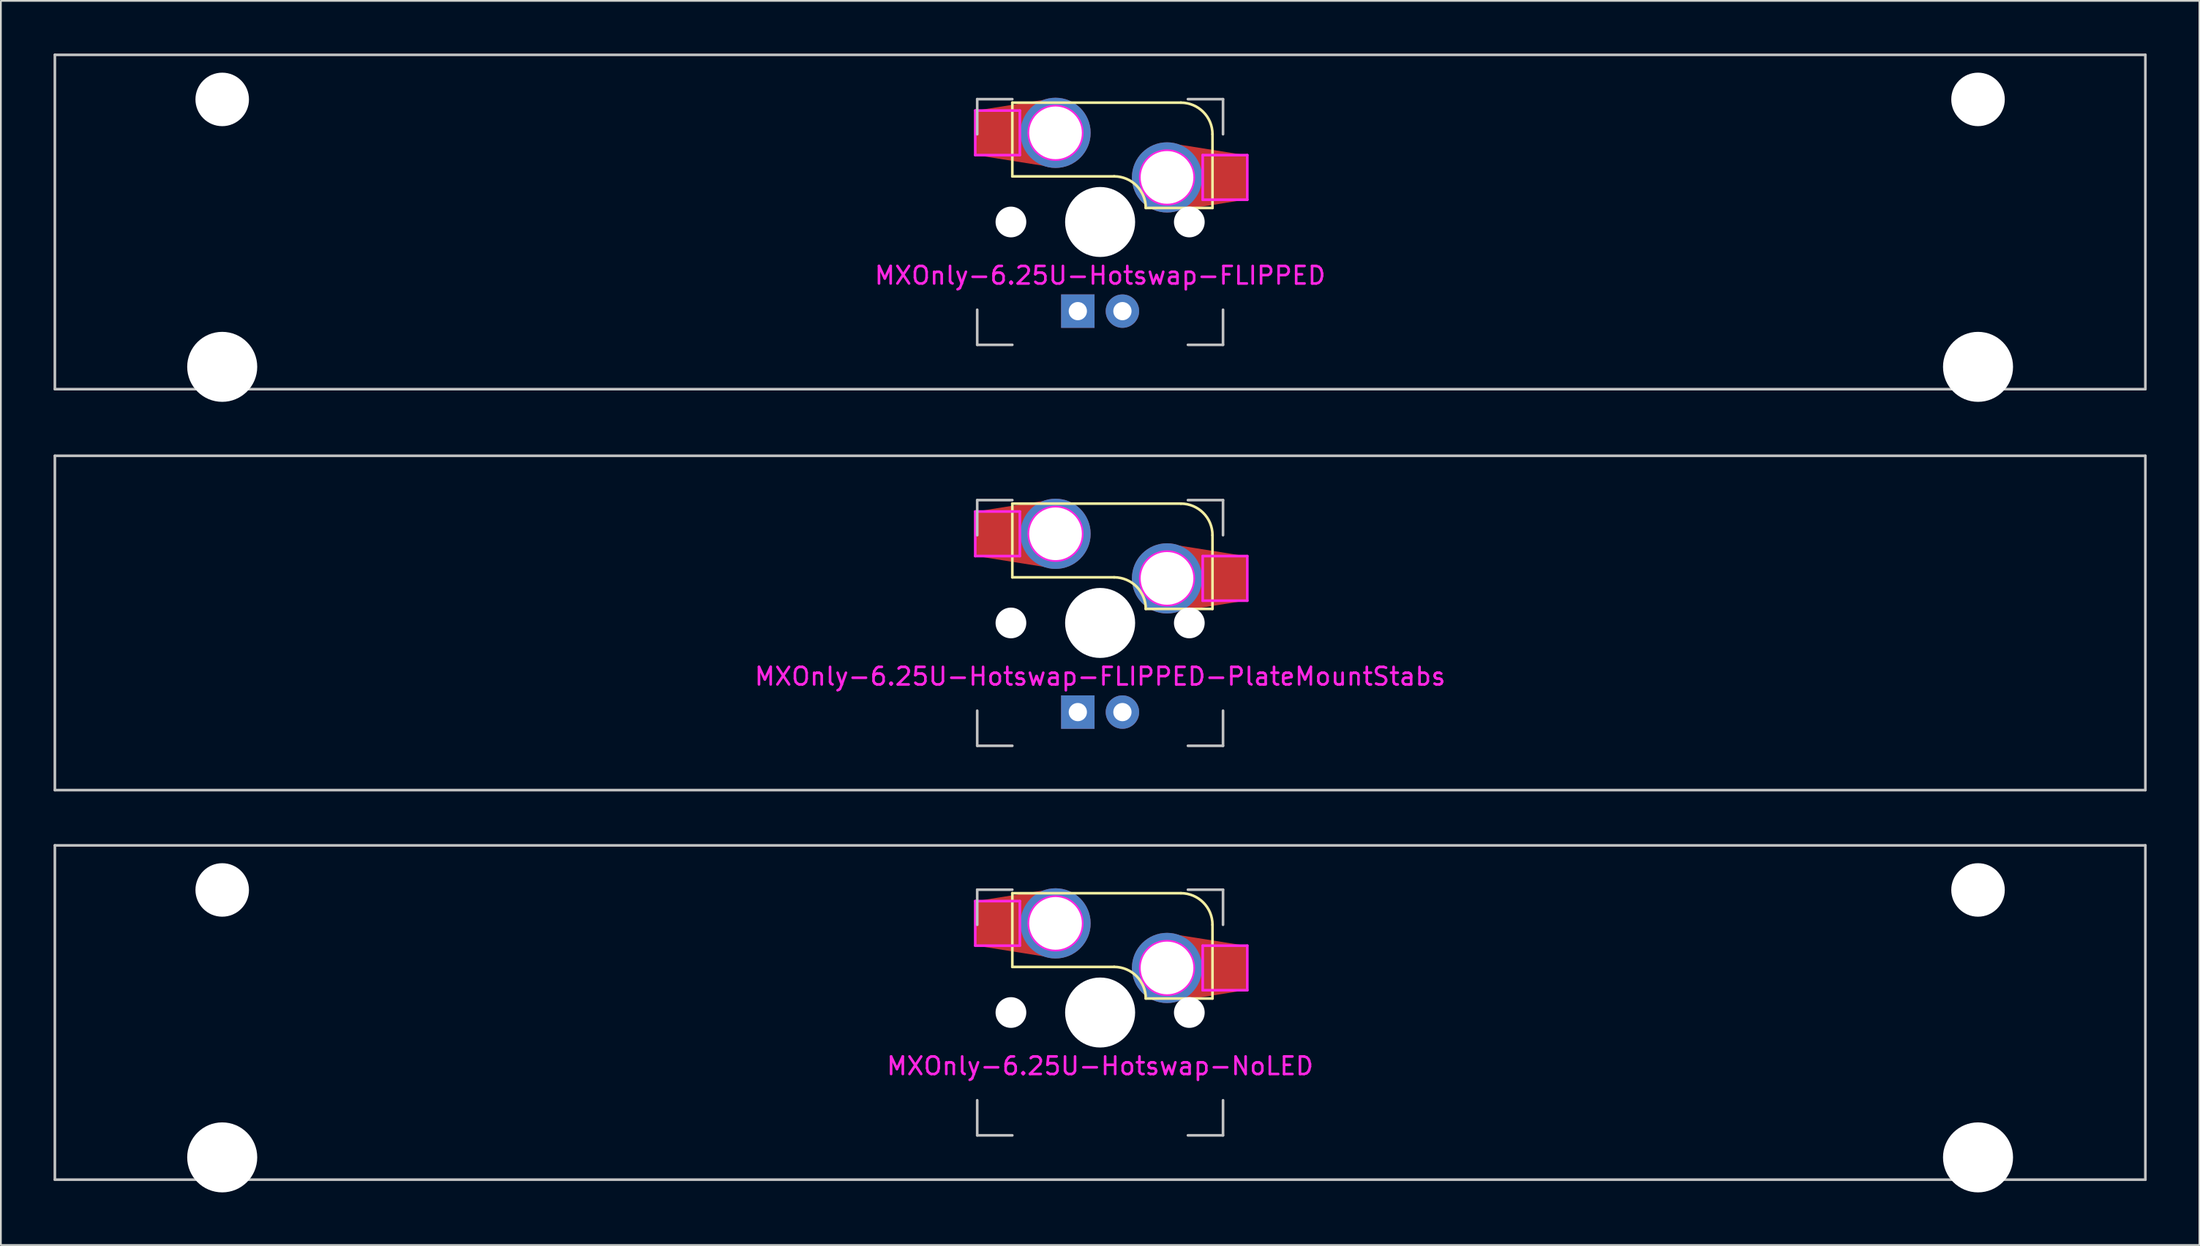
<source format=kicad_pcb>
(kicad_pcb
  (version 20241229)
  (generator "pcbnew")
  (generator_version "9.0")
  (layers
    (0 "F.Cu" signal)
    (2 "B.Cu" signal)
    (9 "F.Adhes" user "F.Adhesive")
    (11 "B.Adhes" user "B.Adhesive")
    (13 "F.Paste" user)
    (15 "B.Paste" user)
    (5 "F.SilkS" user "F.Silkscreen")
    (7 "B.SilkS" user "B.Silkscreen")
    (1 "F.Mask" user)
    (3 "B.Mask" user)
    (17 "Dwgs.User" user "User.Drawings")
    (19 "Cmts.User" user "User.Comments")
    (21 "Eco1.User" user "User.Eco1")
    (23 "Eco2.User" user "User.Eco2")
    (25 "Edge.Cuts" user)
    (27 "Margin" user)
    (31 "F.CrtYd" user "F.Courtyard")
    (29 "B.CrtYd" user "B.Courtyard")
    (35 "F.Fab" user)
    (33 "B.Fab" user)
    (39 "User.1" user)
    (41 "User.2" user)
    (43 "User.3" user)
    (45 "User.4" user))
  (footprint "MXOnly-6.25U-Hotswap-FLIPPED-PlateMountStabs"
    (layer "F.Cu")
    (at 59.606 32.449)
    (property "Reference" "MXOnly-6.25U-Hotswap-FLIPPED-PlateMountStabs" (at 0 3.048 180) (layer "F.CrtYd") (effects (font (size 1 1) (thickness 0.15))))
    (attr smd)
    (fp_line (start -5 -6.8) (end 4.6 -6.8) (stroke (width 0.15) (type solid)) (layer "F.SilkS"))
    (fp_line (start -5 -2.6) (end -5 -6.8) (stroke (width 0.15) (type solid)) (layer "F.SilkS"))
    (fp_line (start 0.8 -2.6) (end -5 -2.6) (stroke (width 0.15) (type solid)) (layer "F.SilkS"))
    (fp_line (start 6.4 -5) (end 6.4 -0.8) (stroke (width 0.15) (type solid)) (layer "F.SilkS"))
    (fp_line (start 6.4 -0.8) (end 2.6 -0.8) (stroke (width 0.15) (type solid)) (layer "F.SilkS"))
    (fp_arc (start 0.8 -2.6) (mid 2.072792 -2.072792) (end 2.6 -0.8) (stroke (width 0.15) (type solid)) (layer "F.SilkS"))
    (fp_arc (start 4.6 -6.8) (mid 5.872792 -6.272792) (end 6.4 -5) (stroke (width 0.15) (type solid)) (layer "F.SilkS"))
    (fp_poly (pts (xy -5.08 -3.493) (xy -7.112 -3.81) (xy -7.112 -6.35) (xy -5.08 -6.668)) (stroke (width 0.1) (type solid)) (fill yes) (layer "F.Paste"))
    (fp_poly (pts (xy 6.477 -4.064) (xy 8.509 -3.747) (xy 8.509 -1.206) (xy 6.477 -0.889)) (stroke (width 0.1) (type solid)) (fill yes) (layer "F.Paste"))
    (fp_line (start -59.531 -9.525) (end 59.531 -9.525) (stroke (width 0.15) (type solid)) (layer "Dwgs.User"))
    (fp_line (start -59.531 9.525) (end -59.531 -9.525) (stroke (width 0.15) (type solid)) (layer "Dwgs.User"))
    (fp_line (start -7 -7) (end -7 -5) (stroke (width 0.15) (type solid)) (layer "Dwgs.User"))
    (fp_line (start -7 7) (end -7 5) (stroke (width 0.15) (type solid)) (layer "Dwgs.User"))
    (fp_line (start -5 -7) (end -7 -7) (stroke (width 0.15) (type solid)) (layer "Dwgs.User"))
    (fp_line (start -5 7) (end -7 7) (stroke (width 0.15) (type solid)) (layer "Dwgs.User"))
    (fp_line (start 5 -7) (end 7 -7) (stroke (width 0.15) (type solid)) (layer "Dwgs.User"))
    (fp_line (start 7 -7) (end 7 -5) (stroke (width 0.15) (type solid)) (layer "Dwgs.User"))
    (fp_line (start 7 5) (end 7 7) (stroke (width 0.15) (type solid)) (layer "Dwgs.User"))
    (fp_line (start 7 7) (end 5 7) (stroke (width 0.15) (type solid)) (layer "Dwgs.User"))
    (fp_line (start 59.531 -9.525) (end 59.531 9.525) (stroke (width 0.15) (type solid)) (layer "Dwgs.User"))
    (fp_line (start 59.531 9.525) (end -59.531 9.525) (stroke (width 0.15) (type solid)) (layer "Dwgs.User"))
    (fp_line (start -7.112 -6.35) (end -7.112 -3.81) (stroke (width 0.15) (type solid)) (layer "F.CrtYd"))
    (fp_line (start -7.112 -3.81) (end -4.572 -3.81) (stroke (width 0.15) (type solid)) (layer "F.CrtYd"))
    (fp_line (start -4.572 -6.35) (end -7.112 -6.35) (stroke (width 0.15) (type solid)) (layer "F.CrtYd"))
    (fp_line (start -4.572 -3.81) (end -4.572 -6.35) (stroke (width 0.15) (type solid)) (layer "F.CrtYd"))
    (fp_line (start 5.842 -3.81) (end 5.842 -1.27) (stroke (width 0.15) (type solid)) (layer "F.CrtYd"))
    (fp_line (start 5.842 -1.27) (end 8.382 -1.27) (stroke (width 0.15) (type solid)) (layer "F.CrtYd"))
    (fp_line (start 8.382 -3.81) (end 5.842 -3.81) (stroke (width 0.15) (type solid)) (layer "F.CrtYd"))
    (fp_line (start 8.382 -1.27) (end 8.382 -3.81) (stroke (width 0.15) (type solid)) (layer "F.CrtYd"))
    (fp_circle (center -2.54 -5.08) (end -2.54 -6.604) (stroke (width 0.15) (type solid)) (fill no) (layer "F.CrtYd"))
    (fp_circle (center 3.81 -2.54) (end 3.81 -4.064) (stroke (width 0.15) (type solid)) (fill no) (layer "F.CrtYd"))
    (pad "" np_thru_hole circle (at -5.08 0 131.9) (size 1.75 1.75) (drill 1.75) (layers "*.Cu" "*.Mask"))
    (pad "" np_thru_hole circle (at 0 0 180) (size 3.988 3.988) (drill 3.988) (layers "*.Cu" "*.Mask"))
    (pad "" np_thru_hole circle (at 5.08 0 131.9) (size 1.75 1.75) (drill 1.75) (layers "*.Cu" "*.Mask"))
    (pad "1" thru_hole circle (at 3.81 -2.54 180) (size 4 4) (drill 3) (layers "*.Cu" "F.Mask"))
    (pad "1" smd custom (at 7.085 -2.54 180) (size 2.55 2.5) (layers "F.Cu" "F.Mask") (options (anchor rect)) (primitives (gr_poly (pts (xy -1.195 1.219) (xy 3.275 1.93) (xy 3.275 -1.93) (xy -1.195 -1.219)) (width 0.1) (fill yes))))
    (pad "2" smd custom (at -5.841 -5.08 180) (size 2.55 2.5) (layers "F.Cu" "F.Mask") (options (anchor rect)) (primitives (gr_poly (pts (xy 1.219 -1.219) (xy -3.251 -1.93) (xy -3.251 1.93) (xy 1.219 1.219)) (width 0.1) (fill yes))))
    (pad "2" thru_hole circle (at -2.54 -5.08 180) (size 4 4) (drill 3) (layers "*.Cu" "F.Mask"))
    (pad "3" thru_hole circle (at 1.27 5.08) (size 1.905 1.905) (drill 1.04) (layers "*.Cu" "F.Mask"))
    (pad "4" thru_hole rect (at -1.27 5.08) (size 1.905 1.905) (drill 1.04) (layers "*.Cu" "F.Mask")))
  (footprint "MXOnly-6.25U-Hotswap-FLIPPED"
    (layer "F.Cu")
    (at 59.606 9.6)
    (property "Reference" "MXOnly-6.25U-Hotswap-FLIPPED" (at 0 3.048 180) (layer "F.CrtYd") (effects (font (size 1 1) (thickness 0.15))))
    (attr smd)
    (fp_line (start -5 -6.8) (end 4.6 -6.8) (stroke (width 0.15) (type solid)) (layer "F.SilkS"))
    (fp_line (start -5 -2.6) (end -5 -6.8) (stroke (width 0.15) (type solid)) (layer "F.SilkS"))
    (fp_line (start 0.8 -2.6) (end -5 -2.6) (stroke (width 0.15) (type solid)) (layer "F.SilkS"))
    (fp_line (start 6.4 -5) (end 6.4 -0.8) (stroke (width 0.15) (type solid)) (layer "F.SilkS"))
    (fp_line (start 6.4 -0.8) (end 2.6 -0.8) (stroke (width 0.15) (type solid)) (layer "F.SilkS"))
    (fp_arc (start 0.8 -2.6) (mid 2.072792 -2.072792) (end 2.6 -0.8) (stroke (width 0.15) (type solid)) (layer "F.SilkS"))
    (fp_arc (start 4.6 -6.8) (mid 5.872792 -6.272792) (end 6.4 -5) (stroke (width 0.15) (type solid)) (layer "F.SilkS"))
    (fp_poly (pts (xy -5.08 -3.493) (xy -7.112 -3.81) (xy -7.112 -6.35) (xy -5.08 -6.668)) (stroke (width 0.1) (type solid)) (fill yes) (layer "F.Paste"))
    (fp_poly (pts (xy 6.477 -4.064) (xy 8.509 -3.747) (xy 8.509 -1.206) (xy 6.477 -0.889)) (stroke (width 0.1) (type solid)) (fill yes) (layer "F.Paste"))
    (fp_line (start -59.531 -9.525) (end 59.531 -9.525) (stroke (width 0.15) (type solid)) (layer "Dwgs.User"))
    (fp_line (start -59.531 9.525) (end -59.531 -9.525) (stroke (width 0.15) (type solid)) (layer "Dwgs.User"))
    (fp_line (start -7 -7) (end -7 -5) (stroke (width 0.15) (type solid)) (layer "Dwgs.User"))
    (fp_line (start -7 7) (end -7 5) (stroke (width 0.15) (type solid)) (layer "Dwgs.User"))
    (fp_line (start -5 -7) (end -7 -7) (stroke (width 0.15) (type solid)) (layer "Dwgs.User"))
    (fp_line (start -5 7) (end -7 7) (stroke (width 0.15) (type solid)) (layer "Dwgs.User"))
    (fp_line (start 5 -7) (end 7 -7) (stroke (width 0.15) (type solid)) (layer "Dwgs.User"))
    (fp_line (start 7 -7) (end 7 -5) (stroke (width 0.15) (type solid)) (layer "Dwgs.User"))
    (fp_line (start 7 5) (end 7 7) (stroke (width 0.15) (type solid)) (layer "Dwgs.User"))
    (fp_line (start 7 7) (end 5 7) (stroke (width 0.15) (type solid)) (layer "Dwgs.User"))
    (fp_line (start 59.531 -9.525) (end 59.531 9.525) (stroke (width 0.15) (type solid)) (layer "Dwgs.User"))
    (fp_line (start 59.531 9.525) (end -59.531 9.525) (stroke (width 0.15) (type solid)) (layer "Dwgs.User"))
    (fp_line (start -7.112 -6.35) (end -7.112 -3.81) (stroke (width 0.15) (type solid)) (layer "F.CrtYd"))
    (fp_line (start -7.112 -3.81) (end -4.572 -3.81) (stroke (width 0.15) (type solid)) (layer "F.CrtYd"))
    (fp_line (start -4.572 -6.35) (end -7.112 -6.35) (stroke (width 0.15) (type solid)) (layer "F.CrtYd"))
    (fp_line (start -4.572 -3.81) (end -4.572 -6.35) (stroke (width 0.15) (type solid)) (layer "F.CrtYd"))
    (fp_line (start 5.842 -3.81) (end 5.842 -1.27) (stroke (width 0.15) (type solid)) (layer "F.CrtYd"))
    (fp_line (start 5.842 -1.27) (end 8.382 -1.27) (stroke (width 0.15) (type solid)) (layer "F.CrtYd"))
    (fp_line (start 8.382 -3.81) (end 5.842 -3.81) (stroke (width 0.15) (type solid)) (layer "F.CrtYd"))
    (fp_line (start 8.382 -1.27) (end 8.382 -3.81) (stroke (width 0.15) (type solid)) (layer "F.CrtYd"))
    (fp_circle (center -2.54 -5.08) (end -2.54 -6.604) (stroke (width 0.15) (type solid)) (fill no) (layer "F.CrtYd"))
    (fp_circle (center 3.81 -2.54) (end 3.81 -4.064) (stroke (width 0.15) (type solid)) (fill no) (layer "F.CrtYd"))
    (pad "" np_thru_hole circle (at -50 -6.985) (size 3.048 3.048) (drill 3.048) (layers "*.Cu" "*.Mask"))
    (pad "" np_thru_hole circle (at -50 8.255) (size 3.988 3.988) (drill 3.988) (layers "*.Cu" "*.Mask"))
    (pad "" np_thru_hole circle (at -5.08 0 131.9) (size 1.75 1.75) (drill 1.75) (layers "*.Cu" "*.Mask"))
    (pad "" np_thru_hole circle (at 0 0 180) (size 3.988 3.988) (drill 3.988) (layers "*.Cu" "*.Mask"))
    (pad "" np_thru_hole circle (at 5.08 0 131.9) (size 1.75 1.75) (drill 1.75) (layers "*.Cu" "*.Mask"))
    (pad "" np_thru_hole circle (at 50 -6.985) (size 3.048 3.048) (drill 3.048) (layers "*.Cu" "*.Mask"))
    (pad "" np_thru_hole circle (at 50 8.255) (size 3.988 3.988) (drill 3.988) (layers "*.Cu" "*.Mask"))
    (pad "1" thru_hole circle (at 3.81 -2.54 180) (size 4 4) (drill 3) (layers "*.Cu" "F.Mask"))
    (pad "1" smd custom (at 7.085 -2.54 180) (size 2.55 2.5) (layers "F.Cu" "F.Mask") (options (anchor rect)) (primitives (gr_poly (pts (xy -1.195 1.219) (xy 3.275 1.93) (xy 3.275 -1.93) (xy -1.195 -1.219)) (width 0.1) (fill yes))))
    (pad "2" smd custom (at -5.841 -5.08 180) (size 2.55 2.5) (layers "F.Cu" "F.Mask") (options (anchor rect)) (primitives (gr_poly (pts (xy 1.219 -1.219) (xy -3.251 -1.93) (xy -3.251 1.93) (xy 1.219 1.219)) (width 0.1) (fill yes))))
    (pad "2" thru_hole circle (at -2.54 -5.08 180) (size 4 4) (drill 3) (layers "*.Cu" "F.Mask"))
    (pad "3" thru_hole circle (at 1.27 5.08) (size 1.905 1.905) (drill 1.04) (layers "*.Cu" "B.Mask"))
    (pad "4" thru_hole rect (at -1.27 5.08) (size 1.905 1.905) (drill 1.04) (layers "*.Cu" "B.Mask")))
  (footprint "MXOnly-6.25U-Hotswap-NoLED"
    (layer "F.Cu")
    (at 59.606 54.649)
    (property "Reference" "MXOnly-6.25U-Hotswap-NoLED" (at 0 3.048 180) (layer "F.CrtYd") (effects (font (size 1 1) (thickness 0.15))))
    (attr smd)
    (fp_line (start -5 -6.8) (end 4.6 -6.8) (stroke (width 0.15) (type solid)) (layer "F.SilkS"))
    (fp_line (start -5 -2.6) (end -5 -6.8) (stroke (width 0.15) (type solid)) (layer "F.SilkS"))
    (fp_line (start 0.8 -2.6) (end -5 -2.6) (stroke (width 0.15) (type solid)) (layer "F.SilkS"))
    (fp_line (start 6.4 -5) (end 6.4 -0.8) (stroke (width 0.15) (type solid)) (layer "F.SilkS"))
    (fp_line (start 6.4 -0.8) (end 2.6 -0.8) (stroke (width 0.15) (type solid)) (layer "F.SilkS"))
    (fp_arc (start 0.8 -2.6) (mid 2.072792 -2.072792) (end 2.6 -0.8) (stroke (width 0.15) (type solid)) (layer "F.SilkS"))
    (fp_arc (start 4.6 -6.8) (mid 5.872792 -6.272792) (end 6.4 -5) (stroke (width 0.15) (type solid)) (layer "F.SilkS"))
    (fp_poly (pts (xy -5.08 -3.493) (xy -7.112 -3.81) (xy -7.112 -6.35) (xy -5.08 -6.668)) (stroke (width 0.1) (type solid)) (fill yes) (layer "F.Paste"))
    (fp_poly (pts (xy 6.477 -4.064) (xy 8.509 -3.747) (xy 8.509 -1.206) (xy 6.477 -0.889)) (stroke (width 0.1) (type solid)) (fill yes) (layer "F.Paste"))
    (fp_line (start -59.531 -9.525) (end 59.531 -9.525) (stroke (width 0.15) (type solid)) (layer "Dwgs.User"))
    (fp_line (start -59.531 9.525) (end -59.531 -9.525) (stroke (width 0.15) (type solid)) (layer "Dwgs.User"))
    (fp_line (start -7 -7) (end -7 -5) (stroke (width 0.15) (type solid)) (layer "Dwgs.User"))
    (fp_line (start -7 7) (end -7 5) (stroke (width 0.15) (type solid)) (layer "Dwgs.User"))
    (fp_line (start -5 -7) (end -7 -7) (stroke (width 0.15) (type solid)) (layer "Dwgs.User"))
    (fp_line (start -5 7) (end -7 7) (stroke (width 0.15) (type solid)) (layer "Dwgs.User"))
    (fp_line (start 5 -7) (end 7 -7) (stroke (width 0.15) (type solid)) (layer "Dwgs.User"))
    (fp_line (start 7 -7) (end 7 -5) (stroke (width 0.15) (type solid)) (layer "Dwgs.User"))
    (fp_line (start 7 5) (end 7 7) (stroke (width 0.15) (type solid)) (layer "Dwgs.User"))
    (fp_line (start 7 7) (end 5 7) (stroke (width 0.15) (type solid)) (layer "Dwgs.User"))
    (fp_line (start 59.531 -9.525) (end 59.531 9.525) (stroke (width 0.15) (type solid)) (layer "Dwgs.User"))
    (fp_line (start 59.531 9.525) (end -59.531 9.525) (stroke (width 0.15) (type solid)) (layer "Dwgs.User"))
    (fp_line (start -7.112 -6.35) (end -7.112 -3.81) (stroke (width 0.15) (type solid)) (layer "F.CrtYd"))
    (fp_line (start -7.112 -3.81) (end -4.572 -3.81) (stroke (width 0.15) (type solid)) (layer "F.CrtYd"))
    (fp_line (start -4.572 -6.35) (end -7.112 -6.35) (stroke (width 0.15) (type solid)) (layer "F.CrtYd"))
    (fp_line (start -4.572 -3.81) (end -4.572 -6.35) (stroke (width 0.15) (type solid)) (layer "F.CrtYd"))
    (fp_line (start 5.842 -3.81) (end 5.842 -1.27) (stroke (width 0.15) (type solid)) (layer "F.CrtYd"))
    (fp_line (start 5.842 -1.27) (end 8.382 -1.27) (stroke (width 0.15) (type solid)) (layer "F.CrtYd"))
    (fp_line (start 8.382 -3.81) (end 5.842 -3.81) (stroke (width 0.15) (type solid)) (layer "F.CrtYd"))
    (fp_line (start 8.382 -1.27) (end 8.382 -3.81) (stroke (width 0.15) (type solid)) (layer "F.CrtYd"))
    (fp_circle (center -2.54 -5.08) (end -2.54 -6.604) (stroke (width 0.15) (type solid)) (fill no) (layer "F.CrtYd"))
    (fp_circle (center 3.81 -2.54) (end 3.81 -4.064) (stroke (width 0.15) (type solid)) (fill no) (layer "F.CrtYd"))
    (pad "" np_thru_hole circle (at -50 -6.985) (size 3.048 3.048) (drill 3.048) (layers "*.Cu" "*.Mask"))
    (pad "" np_thru_hole circle (at -50 8.255) (size 3.988 3.988) (drill 3.988) (layers "*.Cu" "*.Mask"))
    (pad "" np_thru_hole circle (at -5.08 0 131.9) (size 1.75 1.75) (drill 1.75) (layers "*.Cu" "*.Mask"))
    (pad "" np_thru_hole circle (at 0 0 180) (size 3.988 3.988) (drill 3.988) (layers "*.Cu" "*.Mask"))
    (pad "" np_thru_hole circle (at 5.08 0 131.9) (size 1.75 1.75) (drill 1.75) (layers "*.Cu" "*.Mask"))
    (pad "" np_thru_hole circle (at 50 -6.985) (size 3.048 3.048) (drill 3.048) (layers "*.Cu" "*.Mask"))
    (pad "" np_thru_hole circle (at 50 8.255) (size 3.988 3.988) (drill 3.988) (layers "*.Cu" "*.Mask"))
    (pad "1" thru_hole circle (at 3.81 -2.54 180) (size 4 4) (drill 3) (layers "*.Cu" "F.Mask"))
    (pad "1" smd custom (at 7.085 -2.54 180) (size 2.55 2.5) (layers "F.Cu" "F.Mask") (options (anchor rect)) (primitives (gr_poly (pts (xy -1.195 1.219) (xy 3.275 1.93) (xy 3.275 -1.93) (xy -1.195 -1.219)) (width 0.1) (fill yes))))
    (pad "2" smd custom (at -5.841 -5.08 180) (size 2.55 2.5) (layers "F.Cu" "F.Mask") (options (anchor rect)) (primitives (gr_poly (pts (xy 1.219 -1.219) (xy -3.251 -1.93) (xy -3.251 1.93) (xy 1.219 1.219)) (width 0.1) (fill yes))))
    (pad "2" thru_hole circle (at -2.54 -5.08 180) (size 4 4) (drill 3) (layers "*.Cu" "F.Mask")))
  (gr_rect
    (start -3 -3)
    (end 122.213 67.898)
    (stroke (width 0.1) (type default))
    (fill no)
    (layer "Edge.Cuts")))
</source>
